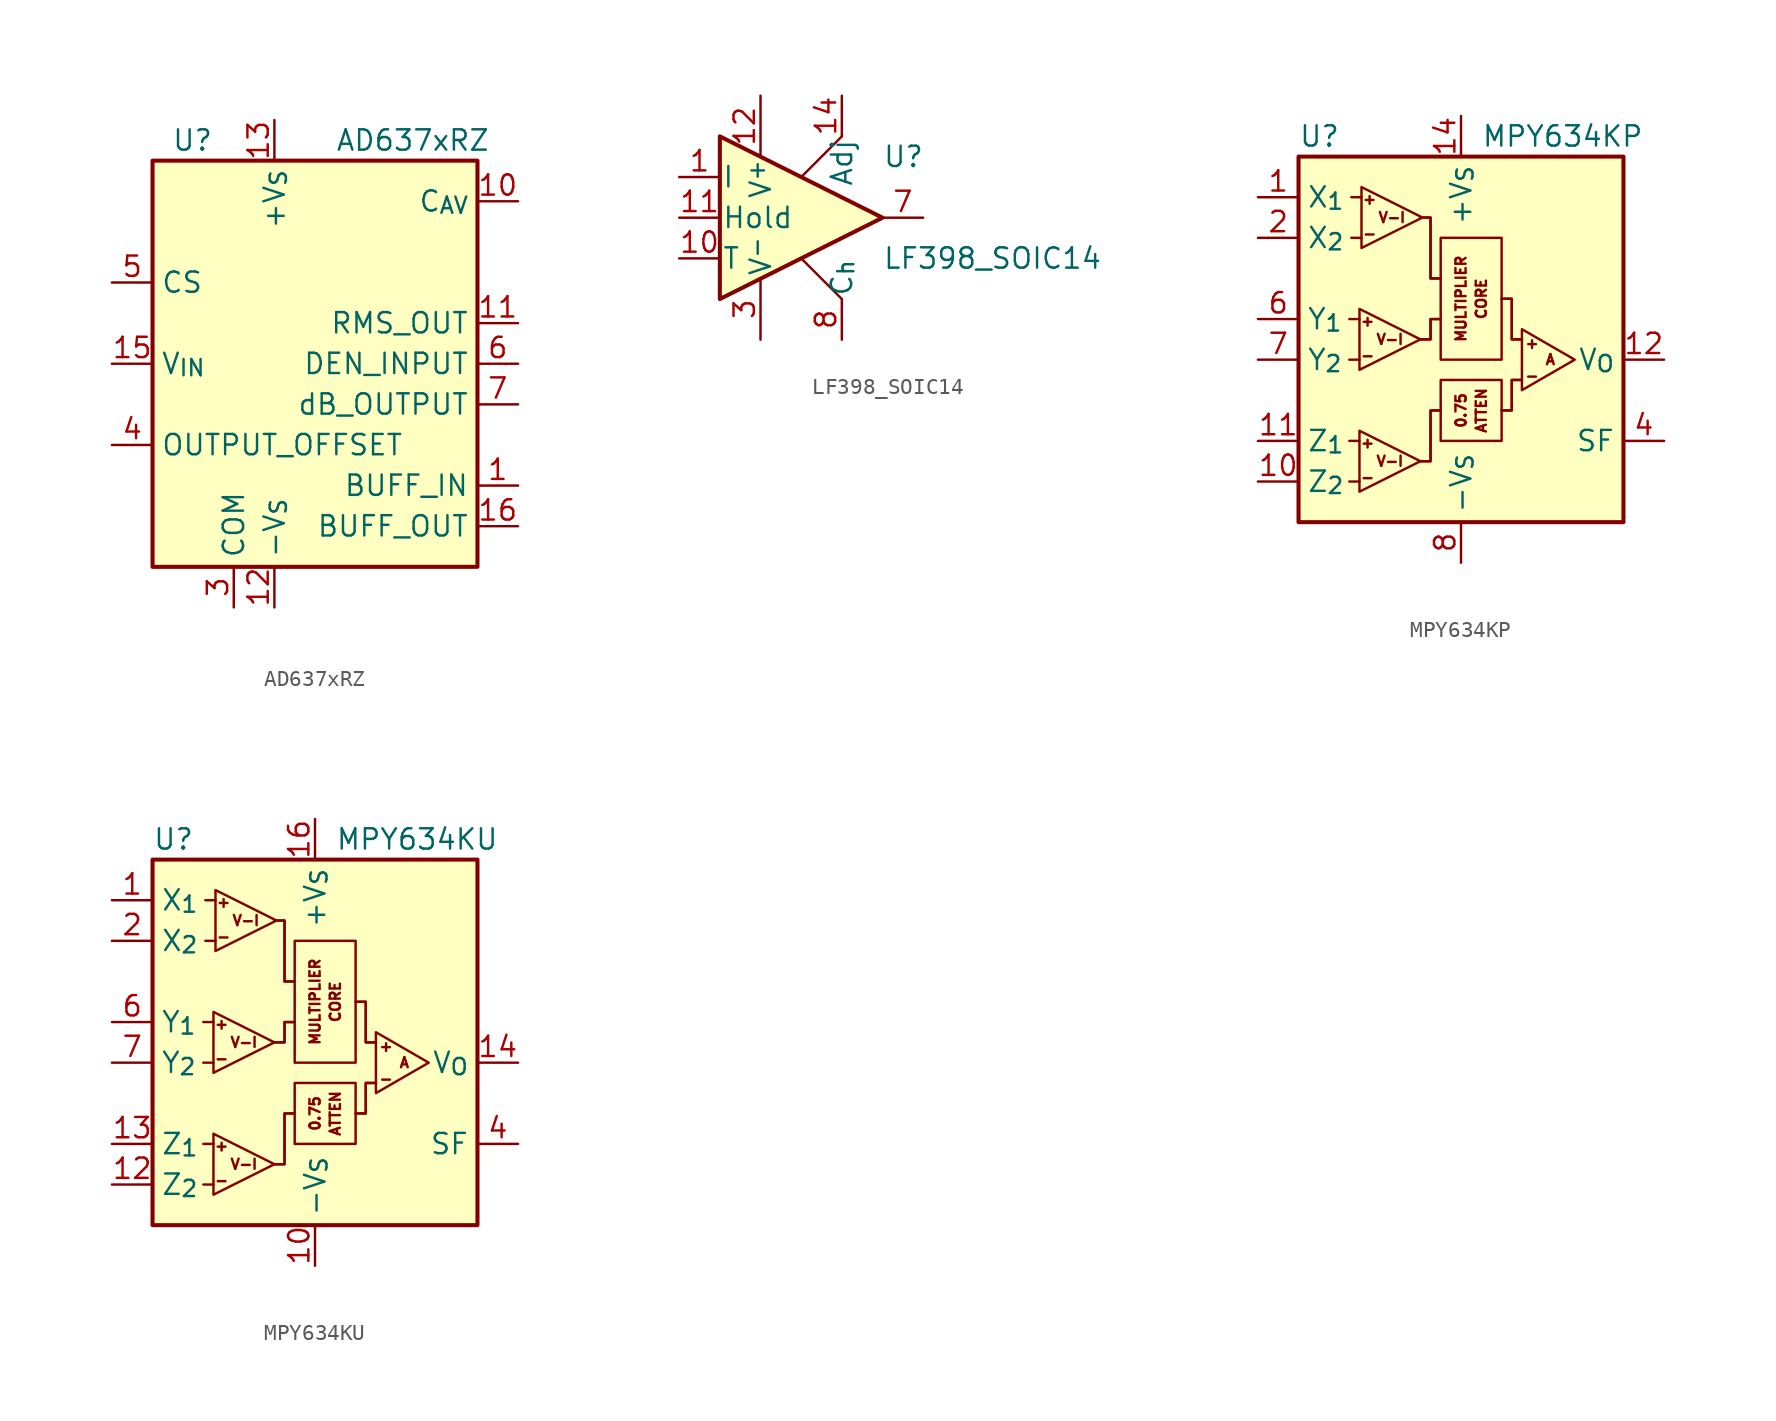
<source format=kicad_sym>
(kicad_symbol_lib
  (version 20241209)
  (generator "kicad_symbol_editor")
  (generator_version "9.0")
  (symbol "AD637xRZ"
    (property "Reference" "U"
      (at -6.35 13.97 0)
      (effects (font (size 1.27 1.27)) (justify right)))
    (property "Value" "AD637xRZ"
      (at 1.27 13.97 0)
      (effects (font (size 1.27 1.27)) (justify left)))
    (symbol "AD637xRZ_0_1"
      (rectangle (start -10.16 12.7) (end 10.16 -12.7) (stroke (width 0.254) (type default)) (fill (type background))))
    (symbol "AD637xRZ_1_1"
      (pin input line (at -12.7 5.08 0) (length 2.54) (name "CS" (effects (font (size 1.27 1.27)))) (number "5" (effects (font (size 1.27 1.27)))))
      (pin input line (at -12.7 0 0) (length 2.54) (name "V_{IN}" (effects (font (size 1.27 1.27)))) (number "15" (effects (font (size 1.27 1.27)))))
      (pin input line (at -12.7 -5.08 0) (length 2.54) (name "OUTPUT_OFFSET" (effects (font (size 1.27 1.27)))) (number "4" (effects (font (size 1.27 1.27)))))
      (pin no_connect line (at -10.16 7.62 0) (length 2.54) hide (name "NIC" (effects (font (size 1.27 1.27)))) (number "2" (effects (font (size 1.27 1.27)))))
      (pin no_connect line (at -10.16 2.54 0) (length 2.54) hide (name "NIC" (effects (font (size 1.27 1.27)))) (number "8" (effects (font (size 1.27 1.27)))))
      (pin no_connect line (at -10.16 -2.54 0) (length 2.54) hide (name "NIC" (effects (font (size 1.27 1.27)))) (number "9" (effects (font (size 1.27 1.27)))))
      (pin no_connect line (at -10.16 -7.62 0) (length 2.54) hide (name "NIC" (effects (font (size 1.27 1.27)))) (number "14" (effects (font (size 1.27 1.27)))))
      (pin power_in line (at -5.08 -15.24 90) (length 2.54) (name "COM" (effects (font (size 1.27 1.27)))) (number "3" (effects (font (size 1.27 1.27)))))
      (pin power_in line (at -2.54 15.24 270) (length 2.54) (name "+V_{S}" (effects (font (size 1.27 1.27)))) (number "13" (effects (font (size 1.27 1.27)))))
      (pin power_in line (at -2.54 -15.24 90) (length 2.54) (name "-V_{S}" (effects (font (size 1.27 1.27)))) (number "12" (effects (font (size 1.27 1.27)))))
      (pin passive line (at 12.7 10.16 180) (length 2.54) (name "C_{AV}" (effects (font (size 1.27 1.27)))) (number "10" (effects (font (size 1.27 1.27)))))
      (pin output line (at 12.7 2.54 180) (length 2.54) (name "RMS_OUT" (effects (font (size 1.27 1.27)))) (number "11" (effects (font (size 1.27 1.27)))))
      (pin input line (at 12.7 0 180) (length 2.54) (name "DEN_INPUT" (effects (font (size 1.27 1.27)))) (number "6" (effects (font (size 1.27 1.27)))))
      (pin passive line (at 12.7 -2.54 180) (length 2.54) (name "dB_OUTPUT" (effects (font (size 1.27 1.27)))) (number "7" (effects (font (size 1.27 1.27)))))
      (pin input line (at 12.7 -7.62 180) (length 2.54) (name "BUFF_IN" (effects (font (size 1.27 1.27)))) (number "1" (effects (font (size 1.27 1.27)))))
      (pin output line (at 12.7 -10.16 180) (length 2.54) (name "BUFF_OUT" (effects (font (size 1.27 1.27)))) (number "16" (effects (font (size 1.27 1.27)))))))
  (symbol "LF398_SOIC14"
    (pin_names
      (offset 0.127))
    (property "Reference" "U"
      (at 5.08 3.81 0)
      (effects (font (size 1.27 1.27)) (justify left)))
    (property "Value" "LF398_SOIC14"
      (at 5.08 -2.54 0)
      (effects (font (size 1.27 1.27)) (justify left)))
    (symbol "LF398_SOIC14_0_1"
      (polyline (pts (xy -5.08 5.08) (xy 5.08 0) (xy -5.08 -5.08) (xy -5.08 5.08)) (stroke (width 0.254) (type default)) (fill (type background)))
      (polyline (pts (xy 0 -2.54) (xy 2.54 -5.08)) (stroke (width 0) (type default)) (fill (type none)))
      (polyline (pts (xy 2.54 5.08) (xy 0 2.54)) (stroke (width 0) (type default)) (fill (type none))))
    (symbol "LF398_SOIC14_1_1"
      (pin input line (at -7.62 2.54 0) (length 2.54) (name "I" (effects (font (size 1.27 1.27)))) (number "1" (effects (font (size 1.27 1.27)))))
      (pin input line (at -7.62 0 0) (length 2.54) (name "Hold" (effects (font (size 1.27 1.27)))) (number "11" (effects (font (size 1.27 1.27)))))
      (pin passive line (at -7.62 -2.54 0) (length 2.54) (name "T" (effects (font (size 1.27 1.27)))) (number "10" (effects (font (size 1.27 1.27)))))
      (pin no_connect line (at -5.08 2.54 270) (length 2.54) hide (name "NC" (effects (font (size 1.27 1.27)))) (number "2" (effects (font (size 1.27 1.27)))))
      (pin no_connect line (at -5.08 -2.54 90) (length 2.54) hide (name "NC" (effects (font (size 1.27 1.27)))) (number "5" (effects (font (size 1.27 1.27)))))
      (pin passive line (at -2.54 7.62 270) (length 3.81) (name "V^{+}" (effects (font (size 1.27 1.27)))) (number "12" (effects (font (size 1.27 1.27)))))
      (pin no_connect line (at -2.54 2.54 270) (length 2.54) hide (name "NC" (effects (font (size 1.27 1.27)))) (number "4" (effects (font (size 1.27 1.27)))))
      (pin no_connect line (at -2.54 -2.54 90) (length 2.54) hide (name "NC" (effects (font (size 1.27 1.27)))) (number "6" (effects (font (size 1.27 1.27)))))
      (pin passive line (at -2.54 -7.62 90) (length 3.81) (name "V^{-}" (effects (font (size 1.27 1.27)))) (number "3" (effects (font (size 1.27 1.27)))))
      (pin no_connect line (at 0 2.54 270) (length 2.54) hide (name "NC" (effects (font (size 1.27 1.27)))) (number "9" (effects (font (size 1.27 1.27)))))
      (pin no_connect line (at 0 -2.54 90) (length 2.54) hide (name "NC" (effects (font (size 1.27 1.27)))) (number "13" (effects (font (size 1.27 1.27)))))
      (pin passive line (at 2.54 7.62 270) (length 2.54) (name "Adj" (effects (font (size 1.27 1.27)))) (number "14" (effects (font (size 1.27 1.27)))))
      (pin passive line (at 2.54 -7.62 90) (length 2.54) (name "C_{h}" (effects (font (size 1.27 1.27)))) (number "8" (effects (font (size 1.27 1.27)))))
      (pin output line (at 7.62 0 180) (length 2.54) (name "~" (effects (font (size 1.27 1.27)))) (number "7" (effects (font (size 1.27 1.27)))))))
  (symbol "MPY634KP"
    (property "Reference" "U"
      (at -10.16 13.97 0)
      (effects (font (size 1.27 1.27)) (justify left)))
    (property "Value" "MPY634KP"
      (at 1.27 13.97 0)
      (effects (font (size 1.27 1.27)) (justify left)))
    (symbol "MPY634KP_0_0"
      (polyline (pts (xy -1.27 5.08) (xy -1.905 5.08) (xy -1.905 8.89) (xy -2.54 8.89)) (stroke (width 0) (type default)) (fill (type none)))
      (polyline (pts (xy -1.27 5.08) (xy -1.905 5.08) (xy -1.905 8.89) (xy -2.54 8.89)) (stroke (width 0) (type default)) (fill (type none)))
      (polyline (pts (xy -1.27 2.54) (xy -1.905 2.54) (xy -1.905 1.27) (xy -2.54 1.27)) (stroke (width 0) (type default)) (fill (type none)))
      (polyline (pts (xy -1.27 2.54) (xy -1.905 2.54) (xy -1.905 1.27) (xy -2.54 1.27)) (stroke (width 0) (type default)) (fill (type none)))
      (polyline (pts (xy -1.27 -3.175) (xy -1.905 -3.175) (xy -1.905 -6.35) (xy -2.54 -6.35)) (stroke (width 0) (type default)) (fill (type none)))
      (polyline (pts (xy -1.27 -3.175) (xy -1.905 -3.175) (xy -1.905 -6.35) (xy -2.54 -6.35)) (stroke (width 0) (type default)) (fill (type none)))
      (polyline (pts (xy 3.81 1.27) (xy 3.175 1.27) (xy 3.175 3.81) (xy 2.54 3.81)) (stroke (width 0) (type default)) (fill (type none)))
      (polyline (pts (xy 3.81 1.27) (xy 3.175 1.27) (xy 3.175 3.81) (xy 2.54 3.81)) (stroke (width 0) (type default)) (fill (type none)))
      (polyline (pts (xy 3.81 -1.27) (xy 3.175 -1.27) (xy 3.175 -3.175) (xy 2.54 -3.175)) (stroke (width 0) (type default)) (fill (type none)))
      (polyline (pts (xy 3.81 -1.27) (xy 3.175 -1.27) (xy 3.175 -3.175) (xy 2.54 -3.175)) (stroke (width 0) (type default)) (fill (type none)))
      (text "+" (at -5.842 2.413 0) (effects (font (size 0.635 0.635))))
      (text "-" (at -5.842 0.254 0) (effects (font (size 0.635 0.635))))
      (text "+" (at -5.842 -5.207 0) (effects (font (size 0.635 0.635))))
      (text "-" (at -5.842 -7.366 0) (effects (font (size 0.635 0.635))))
      (text "+" (at -5.715 10.033 0) (effects (font (size 0.635 0.635))))
      (text "-" (at -5.715 7.874 0) (effects (font (size 0.635 0.635))))
      (text "V-I" (at -4.445 1.27 0) (effects (font (size 0.635 0.635))))
      (text "V-I" (at -4.445 -6.35 0) (effects (font (size 0.635 0.635))))
      (text "V-I" (at -4.318 8.89 0) (effects (font (size 0.635 0.635))))
      (text "+" (at 4.445 1.016 0) (effects (font (size 0.635 0.635))))
      (text "-" (at 4.445 -1.016 0) (effects (font (size 0.635 0.635))))
      (text "A" (at 5.588 0 0) (effects (font (size 0.635 0.635)))))
    (symbol "MPY634KP_0_1"
      (rectangle (start -10.16 12.7) (end 10.16 -10.16) (stroke (width 0.254) (type default)) (fill (type background)))
      (polyline (pts (xy -6.985 2.54) (xy -6.35 2.54)) (stroke (width 0) (type default)) (fill (type none)))
      (polyline (pts (xy -6.985 0) (xy -6.35 0)) (stroke (width 0) (type default)) (fill (type none)))
      (polyline (pts (xy -6.985 -5.08) (xy -6.35 -5.08)) (stroke (width 0) (type default)) (fill (type none)))
      (polyline (pts (xy -6.985 -7.62) (xy -6.35 -7.62)) (stroke (width 0) (type default)) (fill (type none)))
      (polyline (pts (xy -6.858 10.16) (xy -6.223 10.16)) (stroke (width 0) (type default)) (fill (type none)))
      (polyline (pts (xy -6.858 7.62) (xy -6.223 7.62)) (stroke (width 0) (type default)) (fill (type none)))
      (polyline (pts (xy -6.35 3.175) (xy -6.35 -0.635) (xy -2.54 1.27) (xy -6.35 3.175)) (stroke (width 0) (type default)) (fill (type none)))
      (polyline (pts (xy -6.35 -4.445) (xy -6.35 -8.255) (xy -2.54 -6.35) (xy -6.35 -4.445)) (stroke (width 0) (type default)) (fill (type none)))
      (polyline (pts (xy -6.223 10.795) (xy -6.223 6.985) (xy -2.413 8.89) (xy -6.223 10.795)) (stroke (width 0) (type default)) (fill (type none)))
      (rectangle (start -1.27 7.62) (end 2.54 0) (stroke (width 0) (type default)) (fill (type none)))
      (rectangle (start -1.27 -1.27) (end 2.54 -5.08) (stroke (width 0) (type default)) (fill (type none)))
      (polyline (pts (xy 3.81 1.905) (xy 3.81 -1.905) (xy 7.112 0) (xy 3.81 1.905)) (stroke (width 0) (type default)) (fill (type none))))
    (symbol "MPY634KP_1_0"
      (text "MULTIPLIER" (at 0 3.81 900) (effects (font (size 0.635 0.635))))
      (text "0.75" (at 0 -3.175 900) (effects (font (size 0.635 0.635))))
      (text "CORE" (at 1.27 3.81 900) (effects (font (size 0.635 0.635))))
      (text "ATTEN" (at 1.27 -3.175 900) (effects (font (size 0.635 0.635)))))
    (symbol "MPY634KP_1_1"
      (pin input line (at -12.7 10.16 0) (length 2.54) (name "X_{1}" (effects (font (size 1.27 1.27)))) (number "1" (effects (font (size 1.27 1.27)))))
      (pin input line (at -12.7 7.62 0) (length 2.54) (name "X_{2}" (effects (font (size 1.27 1.27)))) (number "2" (effects (font (size 1.27 1.27)))))
      (pin input line (at -12.7 2.54 0) (length 2.54) (name "Y_{1}" (effects (font (size 1.27 1.27)))) (number "6" (effects (font (size 1.27 1.27)))))
      (pin input line (at -12.7 0 0) (length 2.54) (name "Y_{2}" (effects (font (size 1.27 1.27)))) (number "7" (effects (font (size 1.27 1.27)))))
      (pin input line (at -12.7 -5.08 0) (length 2.54) (name "Z_{1}" (effects (font (size 1.27 1.27)))) (number "11" (effects (font (size 1.27 1.27)))))
      (pin input line (at -12.7 -7.62 0) (length 2.54) (name "Z_{2}" (effects (font (size 1.27 1.27)))) (number "10" (effects (font (size 1.27 1.27)))))
      (pin power_in line (at 0 15.24 270) (length 2.54) (name "+V_{S}" (effects (font (size 1.27 1.27)))) (number "14" (effects (font (size 1.27 1.27)))))
      (pin power_in line (at 0 -12.7 90) (length 2.54) (name "-V_{S}" (effects (font (size 1.27 1.27)))) (number "8" (effects (font (size 1.27 1.27)))))
      (pin no_connect line (at 10.16 10.16 180) (length 2.54) hide (name "NC" (effects (font (size 1.27 1.27)))) (number "3" (effects (font (size 1.27 1.27)))))
      (pin no_connect line (at 10.16 7.62 180) (length 2.54) hide (name "NC" (effects (font (size 1.27 1.27)))) (number "5" (effects (font (size 1.27 1.27)))))
      (pin no_connect line (at 10.16 5.08 180) (length 2.54) hide (name "NC" (effects (font (size 1.27 1.27)))) (number "9" (effects (font (size 1.27 1.27)))))
      (pin no_connect line (at 10.16 2.54 180) (length 2.54) hide (name "NC" (effects (font (size 1.27 1.27)))) (number "13" (effects (font (size 1.27 1.27)))))
      (pin output line (at 12.7 0 180) (length 2.54) (name "V_{O}" (effects (font (size 1.27 1.27)))) (number "12" (effects (font (size 1.27 1.27)))))
      (pin passive line (at 12.7 -5.08 180) (length 2.54) (name "SF" (effects (font (size 1.27 1.27)))) (number "4" (effects (font (size 1.27 1.27)))))))
  (symbol "MPY634KU"
    (property "Reference" "U"
      (at -10.16 13.97 0)
      (effects (font (size 1.27 1.27)) (justify left)))
    (property "Value" "MPY634KU"
      (at 1.27 13.97 0)
      (effects (font (size 1.27 1.27)) (justify left)))
    (symbol "MPY634KU_0_0"
      (polyline (pts (xy -1.27 5.08) (xy -1.905 5.08) (xy -1.905 8.89) (xy -2.54 8.89)) (stroke (width 0) (type default)) (fill (type none)))
      (polyline (pts (xy -1.27 5.08) (xy -1.905 5.08) (xy -1.905 8.89) (xy -2.54 8.89)) (stroke (width 0) (type default)) (fill (type none)))
      (polyline (pts (xy -1.27 2.54) (xy -1.905 2.54) (xy -1.905 1.27) (xy -2.54 1.27)) (stroke (width 0) (type default)) (fill (type none)))
      (polyline (pts (xy -1.27 2.54) (xy -1.905 2.54) (xy -1.905 1.27) (xy -2.54 1.27)) (stroke (width 0) (type default)) (fill (type none)))
      (polyline (pts (xy -1.27 -3.175) (xy -1.905 -3.175) (xy -1.905 -6.35) (xy -2.54 -6.35)) (stroke (width 0) (type default)) (fill (type none)))
      (polyline (pts (xy -1.27 -3.175) (xy -1.905 -3.175) (xy -1.905 -6.35) (xy -2.54 -6.35)) (stroke (width 0) (type default)) (fill (type none)))
      (polyline (pts (xy 3.81 1.27) (xy 3.175 1.27) (xy 3.175 3.81) (xy 2.54 3.81)) (stroke (width 0) (type default)) (fill (type none)))
      (polyline (pts (xy 3.81 1.27) (xy 3.175 1.27) (xy 3.175 3.81) (xy 2.54 3.81)) (stroke (width 0) (type default)) (fill (type none)))
      (polyline (pts (xy 3.81 -1.27) (xy 3.175 -1.27) (xy 3.175 -3.175) (xy 2.54 -3.175)) (stroke (width 0) (type default)) (fill (type none)))
      (polyline (pts (xy 3.81 -1.27) (xy 3.175 -1.27) (xy 3.175 -3.175) (xy 2.54 -3.175)) (stroke (width 0) (type default)) (fill (type none)))
      (text "+" (at -5.842 2.413 0) (effects (font (size 0.635 0.635))))
      (text "-" (at -5.842 0.254 0) (effects (font (size 0.635 0.635))))
      (text "+" (at -5.842 -5.207 0) (effects (font (size 0.635 0.635))))
      (text "-" (at -5.842 -7.366 0) (effects (font (size 0.635 0.635))))
      (text "+" (at -5.715 10.033 0) (effects (font (size 0.635 0.635))))
      (text "-" (at -5.715 7.874 0) (effects (font (size 0.635 0.635))))
      (text "V-I" (at -4.445 1.27 0) (effects (font (size 0.635 0.635))))
      (text "V-I" (at -4.445 -6.35 0) (effects (font (size 0.635 0.635))))
      (text "V-I" (at -4.318 8.89 0) (effects (font (size 0.635 0.635))))
      (text "+" (at 4.445 1.016 0) (effects (font (size 0.635 0.635))))
      (text "-" (at 4.445 -1.016 0) (effects (font (size 0.635 0.635))))
      (text "A" (at 5.588 0 0) (effects (font (size 0.635 0.635)))))
    (symbol "MPY634KU_0_1"
      (rectangle (start -10.16 12.7) (end 10.16 -10.16) (stroke (width 0.254) (type default)) (fill (type background)))
      (polyline (pts (xy -6.985 2.54) (xy -6.35 2.54)) (stroke (width 0) (type default)) (fill (type none)))
      (polyline (pts (xy -6.985 0) (xy -6.35 0)) (stroke (width 0) (type default)) (fill (type none)))
      (polyline (pts (xy -6.985 -5.08) (xy -6.35 -5.08)) (stroke (width 0) (type default)) (fill (type none)))
      (polyline (pts (xy -6.985 -7.62) (xy -6.35 -7.62)) (stroke (width 0) (type default)) (fill (type none)))
      (polyline (pts (xy -6.858 10.16) (xy -6.223 10.16)) (stroke (width 0) (type default)) (fill (type none)))
      (polyline (pts (xy -6.858 7.62) (xy -6.223 7.62)) (stroke (width 0) (type default)) (fill (type none)))
      (polyline (pts (xy -6.35 3.175) (xy -6.35 -0.635) (xy -2.54 1.27) (xy -6.35 3.175)) (stroke (width 0) (type default)) (fill (type none)))
      (polyline (pts (xy -6.35 -4.445) (xy -6.35 -8.255) (xy -2.54 -6.35) (xy -6.35 -4.445)) (stroke (width 0) (type default)) (fill (type none)))
      (polyline (pts (xy -6.223 10.795) (xy -6.223 6.985) (xy -2.413 8.89) (xy -6.223 10.795)) (stroke (width 0) (type default)) (fill (type none)))
      (rectangle (start -1.27 7.62) (end 2.54 0) (stroke (width 0) (type default)) (fill (type none)))
      (rectangle (start -1.27 -1.27) (end 2.54 -5.08) (stroke (width 0) (type default)) (fill (type none)))
      (polyline (pts (xy 3.81 1.905) (xy 3.81 -1.905) (xy 7.112 0) (xy 3.81 1.905)) (stroke (width 0) (type default)) (fill (type none))))
    (symbol "MPY634KU_1_0"
      (text "MULTIPLIER" (at 0 3.81 900) (effects (font (size 0.635 0.635))))
      (text "0.75" (at 0 -3.175 900) (effects (font (size 0.635 0.635))))
      (text "CORE" (at 1.27 3.81 900) (effects (font (size 0.635 0.635))))
      (text "ATTEN" (at 1.27 -3.175 900) (effects (font (size 0.635 0.635)))))
    (symbol "MPY634KU_1_1"
      (pin input line (at -12.7 10.16 0) (length 2.54) (name "X_{1}" (effects (font (size 1.27 1.27)))) (number "1" (effects (font (size 1.27 1.27)))))
      (pin input line (at -12.7 7.62 0) (length 2.54) (name "X_{2}" (effects (font (size 1.27 1.27)))) (number "2" (effects (font (size 1.27 1.27)))))
      (pin input line (at -12.7 2.54 0) (length 2.54) (name "Y_{1}" (effects (font (size 1.27 1.27)))) (number "6" (effects (font (size 1.27 1.27)))))
      (pin input line (at -12.7 0 0) (length 2.54) (name "Y_{2}" (effects (font (size 1.27 1.27)))) (number "7" (effects (font (size 1.27 1.27)))))
      (pin input line (at -12.7 -5.08 0) (length 2.54) (name "Z_{1}" (effects (font (size 1.27 1.27)))) (number "13" (effects (font (size 1.27 1.27)))))
      (pin input line (at -12.7 -7.62 0) (length 2.54) (name "Z_{2}" (effects (font (size 1.27 1.27)))) (number "12" (effects (font (size 1.27 1.27)))))
      (pin power_in line (at 0 15.24 270) (length 2.54) (name "+V_{S}" (effects (font (size 1.27 1.27)))) (number "16" (effects (font (size 1.27 1.27)))))
      (pin power_in line (at 0 -12.7 90) (length 2.54) (name "-V_{S}" (effects (font (size 1.27 1.27)))) (number "10" (effects (font (size 1.27 1.27)))))
      (pin no_connect line (at 10.16 10.16 180) (length 2.54) hide (name "NC" (effects (font (size 1.27 1.27)))) (number "3" (effects (font (size 1.27 1.27)))))
      (pin no_connect line (at 10.16 7.62 180) (length 2.54) hide (name "NC" (effects (font (size 1.27 1.27)))) (number "5" (effects (font (size 1.27 1.27)))))
      (pin no_connect line (at 10.16 5.08 180) (length 2.54) hide (name "NC" (effects (font (size 1.27 1.27)))) (number "8" (effects (font (size 1.27 1.27)))))
      (pin no_connect line (at 10.16 2.54 180) (length 2.54) hide (name "NC" (effects (font (size 1.27 1.27)))) (number "9" (effects (font (size 1.27 1.27)))))
      (pin no_connect line (at 10.16 -2.54 180) (length 2.54) hide (name "NC" (effects (font (size 1.27 1.27)))) (number "11" (effects (font (size 1.27 1.27)))))
      (pin no_connect line (at 10.16 -7.62 180) (length 2.54) hide (name "NC" (effects (font (size 1.27 1.27)))) (number "15" (effects (font (size 1.27 1.27)))))
      (pin output line (at 12.7 0 180) (length 2.54) (name "V_{O}" (effects (font (size 1.27 1.27)))) (number "14" (effects (font (size 1.27 1.27)))))
      (pin passive line (at 12.7 -5.08 180) (length 2.54) (name "SF" (effects (font (size 1.27 1.27)))) (number "4" (effects (font (size 1.27 1.27))))))))
</source>
